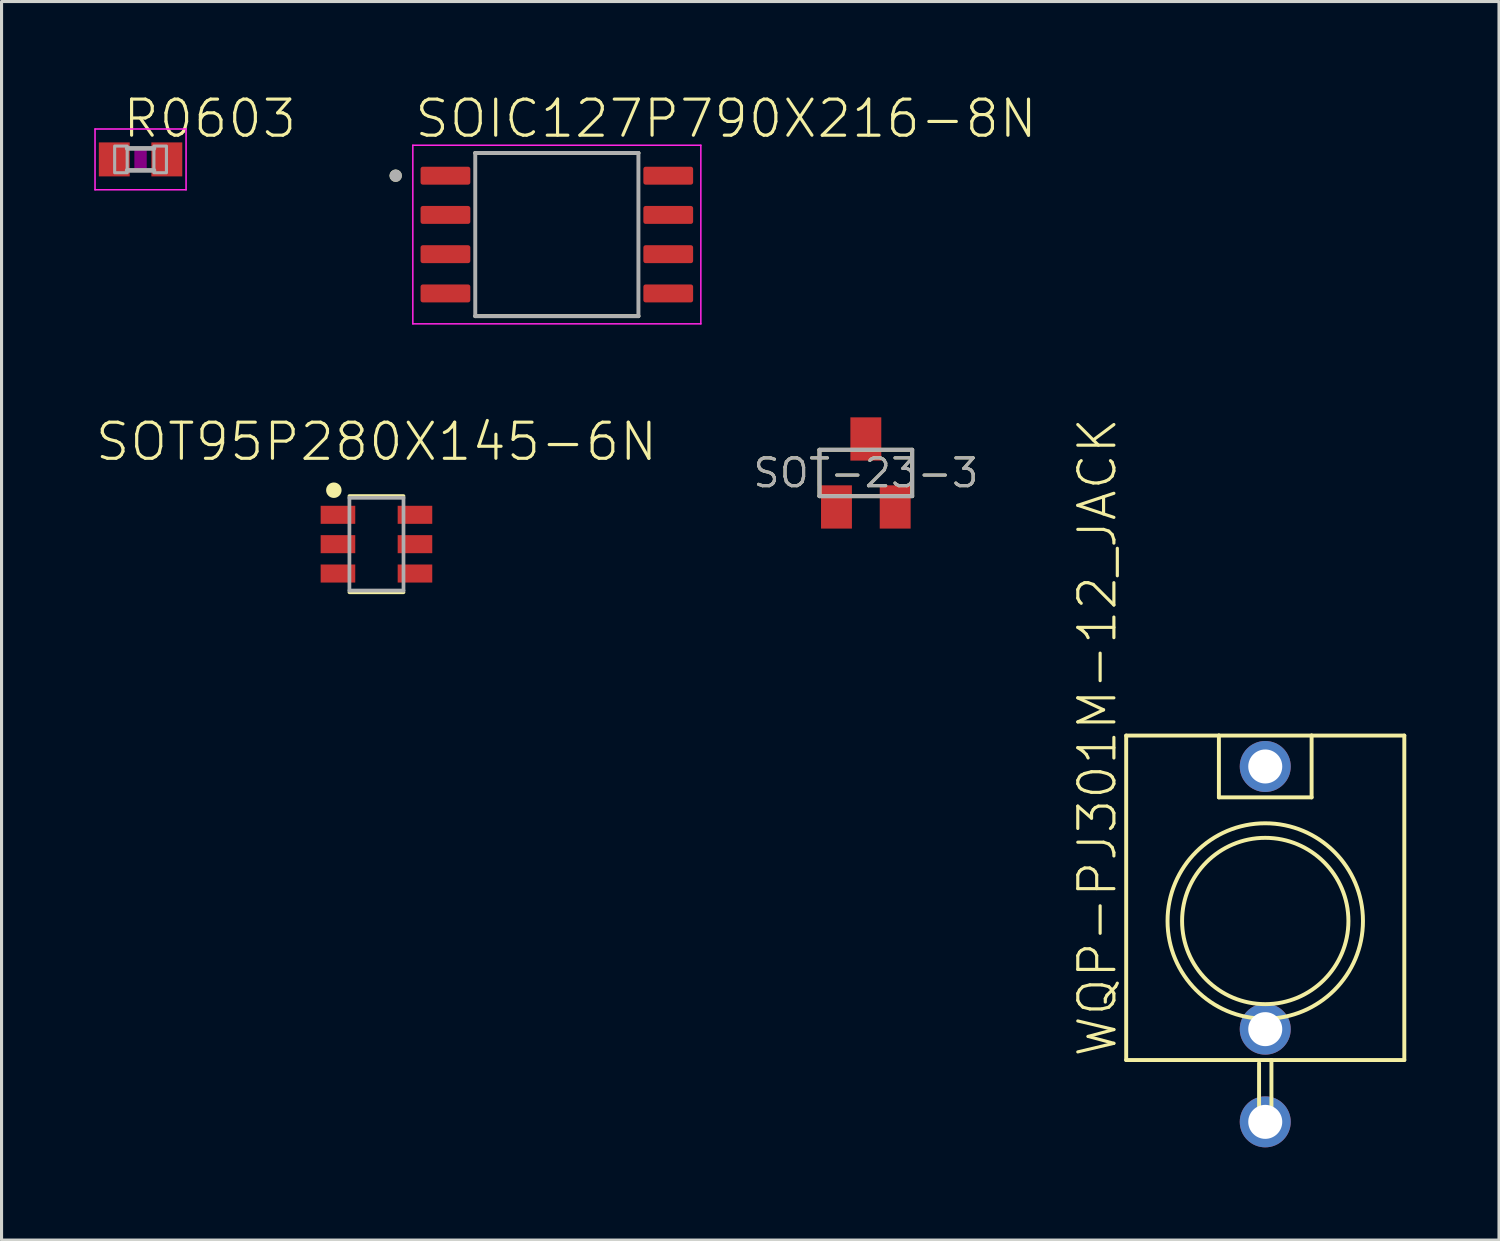
<source format=kicad_pcb>
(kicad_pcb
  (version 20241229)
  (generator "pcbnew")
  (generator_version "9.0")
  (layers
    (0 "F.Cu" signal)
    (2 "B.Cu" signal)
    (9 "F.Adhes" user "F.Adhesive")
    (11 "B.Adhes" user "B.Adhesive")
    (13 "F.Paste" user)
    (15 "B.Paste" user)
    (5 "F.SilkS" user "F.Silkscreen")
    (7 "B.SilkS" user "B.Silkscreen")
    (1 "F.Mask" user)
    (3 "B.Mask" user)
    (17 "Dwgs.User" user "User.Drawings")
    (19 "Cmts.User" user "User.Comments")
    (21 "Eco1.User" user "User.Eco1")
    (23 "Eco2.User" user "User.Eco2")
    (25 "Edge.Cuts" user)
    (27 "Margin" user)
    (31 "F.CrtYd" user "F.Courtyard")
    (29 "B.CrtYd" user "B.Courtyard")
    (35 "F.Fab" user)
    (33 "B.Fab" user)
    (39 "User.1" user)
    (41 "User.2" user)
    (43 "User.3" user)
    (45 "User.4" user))
  (footprint "SOT95P280X145-6N"
    (layer "F.Cu")
    (at 9.132 14.559)
    (property "Reference" "SOT95P280X145-6N" (at 0 -2.631 0) (unlocked yes) (layer "F.SilkS") (effects (font (size 1.168 1.168) (thickness 0.102)) (justify bottom)))
    (fp_line (start -0.875 -1.556) (end 0.875 -1.556) (stroke (width 0.12) (type solid)) (layer "F.SilkS"))
    (fp_line (start -0.875 1.556) (end 0.875 1.556) (stroke (width 0.12) (type solid)) (layer "F.SilkS"))
    (fp_circle (center -1.379 -1.746) (end -1.254 -1.746) (stroke (width 0.25) (type solid)) (fill yes) (layer "F.SilkS"))
    (fp_line (start -0.875 -1.5) (end 0.875 -1.5) (stroke (width 0.12) (type solid)) (layer "F.Fab"))
    (fp_line (start -0.875 1.5) (end -0.875 -1.5) (stroke (width 0.12) (type solid)) (layer "F.Fab"))
    (fp_line (start 0.875 -1.5) (end 0.875 1.5) (stroke (width 0.12) (type solid)) (layer "F.Fab"))
    (fp_line (start 0.875 1.5) (end -0.875 1.5) (stroke (width 0.12) (type solid)) (layer "F.Fab"))
    (pad "1" smd rect (at -1.246 -0.95) (size 1.119 0.584) (layers "F.Cu" "F.Mask" "F.Paste"))
    (pad "2" smd rect (at -1.246 0) (size 1.119 0.584) (layers "F.Cu" "F.Mask" "F.Paste"))
    (pad "3" smd rect (at -1.246 0.95) (size 1.119 0.584) (layers "F.Cu" "F.Mask" "F.Paste"))
    (pad "4" smd rect (at 1.246 0.95) (size 1.119 0.584) (layers "F.Cu" "F.Mask" "F.Paste"))
    (pad "5" smd rect (at 1.246 0) (size 1.119 0.584) (layers "F.Cu" "F.Mask" "F.Paste"))
    (pad "6" smd rect (at 1.246 -0.95) (size 1.119 0.584) (layers "F.Cu" "F.Mask" "F.Paste")))
  (footprint "SOIC127P790X216-8N"
    (layer "F.Cu")
    (at 14.969 4.54)
    (property "Reference" "SOIC127P790X216-8N" (at -4.66 -3.067 0) (unlocked yes) (layer "F.SilkS") (effects (font (size 1.168 1.168) (thickness 0.102)) (justify left bottom)))
    (fp_line (start -2.64 -2.64) (end 2.64 -2.64) (stroke (width 0.127) (type solid)) (layer "F.SilkS"))
    (fp_line (start -2.64 2.64) (end 2.64 2.64) (stroke (width 0.127) (type solid)) (layer "F.SilkS"))
    (fp_circle (center -5.215 -1.905) (end -5.115 -1.905) (stroke (width 0.2) (type solid)) (fill no) (layer "F.SilkS"))
    (fp_line (start -4.66 -2.89) (end -4.66 2.89) (stroke (width 0.05) (type solid)) (layer "F.CrtYd"))
    (fp_line (start -4.66 -2.89) (end 4.66 -2.89) (stroke (width 0.05) (type solid)) (layer "F.CrtYd"))
    (fp_line (start -4.66 2.89) (end 4.66 2.89) (stroke (width 0.05) (type solid)) (layer "F.CrtYd"))
    (fp_line (start 4.66 -2.89) (end 4.66 2.89) (stroke (width 0.05) (type solid)) (layer "F.CrtYd"))
    (fp_line (start -2.64 -2.64) (end -2.64 2.64) (stroke (width 0.127) (type solid)) (layer "F.Fab"))
    (fp_line (start -2.64 -2.64) (end 2.64 -2.64) (stroke (width 0.127) (type solid)) (layer "F.Fab"))
    (fp_line (start -2.64 2.64) (end 2.64 2.64) (stroke (width 0.127) (type solid)) (layer "F.Fab"))
    (fp_line (start 2.64 -2.64) (end 2.64 2.64) (stroke (width 0.127) (type solid)) (layer "F.Fab"))
    (fp_circle (center -5.215 -1.905) (end -5.115 -1.905) (stroke (width 0.2) (type solid)) (fill no) (layer "F.Fab"))
    (pad "1" smd roundrect (at -3.605 -1.905) (size 1.61 0.58) (layers "F.Cu" "F.Mask" "F.Paste") (roundrect_rratio 0.125))
    (pad "2" smd roundrect (at -3.605 -0.635) (size 1.61 0.58) (layers "F.Cu" "F.Mask" "F.Paste") (roundrect_rratio 0.125))
    (pad "3" smd roundrect (at -3.605 0.635) (size 1.61 0.58) (layers "F.Cu" "F.Mask" "F.Paste") (roundrect_rratio 0.125))
    (pad "4" smd roundrect (at -3.605 1.905) (size 1.61 0.58) (layers "F.Cu" "F.Mask" "F.Paste") (roundrect_rratio 0.125))
    (pad "5" smd roundrect (at 3.605 1.905) (size 1.61 0.58) (layers "F.Cu" "F.Mask" "F.Paste") (roundrect_rratio 0.125))
    (pad "6" smd roundrect (at 3.605 0.635) (size 1.61 0.58) (layers "F.Cu" "F.Mask" "F.Paste") (roundrect_rratio 0.125))
    (pad "7" smd roundrect (at 3.605 -0.635) (size 1.61 0.58) (layers "F.Cu" "F.Mask" "F.Paste") (roundrect_rratio 0.125))
    (pad "8" smd roundrect (at 3.605 -1.905) (size 1.61 0.58) (layers "F.Cu" "F.Mask" "F.Paste") (roundrect_rratio 0.125)))
  (footprint "SOT-23-3"
    (layer "F.Cu")
    (at 24.968 12.255)
    (property "Reference" "SOT-23-3" (at 0 0 0) (unlocked yes) (layer "F.SilkS") (effects (font (size 0.9 0.9) (thickness 0.1))))
    (fp_line (start -1.5 -0.75) (end 1.5 -0.75) (stroke (width 0.127) (type solid)) (layer "F.SilkS"))
    (fp_line (start -1.5 0.75) (end -1.5 -0.75) (stroke (width 0.127) (type solid)) (layer "F.SilkS"))
    (fp_line (start 1.5 -0.75) (end 1.5 0.75) (stroke (width 0.127) (type solid)) (layer "F.SilkS"))
    (fp_line (start 1.5 0.75) (end -1.5 0.75) (stroke (width 0.127) (type solid)) (layer "F.SilkS"))
    (fp_line (start -1.5 -0.75) (end 1.5 -0.75) (stroke (width 0.127) (type solid)) (layer "F.Fab"))
    (fp_line (start -1.5 0.75) (end -1.5 -0.75) (stroke (width 0.127) (type solid)) (layer "F.Fab"))
    (fp_line (start 1.5 -0.75) (end 1.5 0.75) (stroke (width 0.127) (type solid)) (layer "F.Fab"))
    (fp_line (start 1.5 0.75) (end -1.5 0.75) (stroke (width 0.127) (type solid)) (layer "F.Fab"))
    (fp_text user "${REFERENCE}" (at 0 0 0) (unlocked yes) (layer "F.Fab") (effects (font (size 0.9 0.9) (thickness 0.1))))
    (pad "1" smd rect (at -0.95 1.1) (size 1 1.4) (layers "F.Cu" "F.Mask" "F.Paste"))
    (pad "2" smd rect (at 0.95 1.1) (size 1 1.4) (layers "F.Cu" "F.Mask" "F.Paste"))
    (pad "3" smd rect (at 0 -1.1) (size 1 1.4) (layers "F.Cu" "F.Mask" "F.Paste")))
  (footprint "WQP-PJ301M-12_JACK"
    (layer "F.Cu")
    (at 37.893 26.753)
    (property "Reference" "WQP-PJ301M-12_JACK" (at -4.75 4.47 90) (unlocked yes) (layer "F.SilkS") (effects (font (size 1.168 1.168) (thickness 0.102)) (justify left bottom)))
    (fp_line (start -4.5 -6) (end -4.5 4.5) (stroke (width 0.127) (type solid)) (layer "F.SilkS"))
    (fp_line (start -4.5 -6) (end -1.5 -6) (stroke (width 0.127) (type solid)) (layer "F.SilkS"))
    (fp_line (start -4.5 4.5) (end 0.2 4.5) (stroke (width 0.127) (type solid)) (layer "F.SilkS"))
    (fp_line (start -1.5 -6) (end -1.5 -4) (stroke (width 0.127) (type solid)) (layer "F.SilkS"))
    (fp_line (start -1.5 -6) (end 1.5 -6) (stroke (width 0.127) (type solid)) (layer "F.SilkS"))
    (fp_line (start -1.5 -4) (end 1.5 -4) (stroke (width 0.127) (type solid)) (layer "F.SilkS"))
    (fp_line (start -0.2 4.6) (end -0.2 6.7) (stroke (width 0.127) (type solid)) (layer "F.SilkS"))
    (fp_line (start -0.2 6.7) (end 0.2 6.7) (stroke (width 0.127) (type solid)) (layer "F.SilkS"))
    (fp_line (start 0.2 4.5) (end 4.5 4.5) (stroke (width 0.127) (type solid)) (layer "F.SilkS"))
    (fp_line (start 0.2 6.7) (end 0.2 4.5) (stroke (width 0.127) (type solid)) (layer "F.SilkS"))
    (fp_line (start 1.5 -6) (end 4.5 -6) (stroke (width 0.127) (type solid)) (layer "F.SilkS"))
    (fp_line (start 1.5 -4) (end 1.5 -6) (stroke (width 0.127) (type solid)) (layer "F.SilkS"))
    (fp_line (start 4.5 4.5) (end 4.5 -6) (stroke (width 0.127) (type solid)) (layer "F.SilkS"))
    (fp_circle (center 0 0) (end 2.691 0) (stroke (width 0.127) (type solid)) (fill no) (layer "F.SilkS"))
    (fp_circle (center 0 0) (end 3.162 0) (stroke (width 0.127) (type solid)) (fill no) (layer "F.SilkS"))
    (pad "P$1" thru_hole circle (at 0 -5) (size 1.65 1.65) (drill 1.1) (layers "*.Cu" "*.Mask"))
    (pad "P$2" thru_hole circle (at 0 3.5) (size 1.65 1.65) (drill 1.1) (layers "*.Cu" "*.Mask"))
    (pad "P$3" thru_hole circle (at 0 6.5) (size 1.65 1.65) (drill 1.1) (layers "*.Cu" "*.Mask"))
    (zone (net_name "") (layer "F.Cu") (hatch edge 0.5) (connect_pads) (min_thickness 0.25) (filled_areas_thickness no) (keepout (tracks not_allowed) (vias not_allowed) (pads not_allowed) (copperpour not_allowed) (footprints allowed)) (placement (enabled no)) (fill) (polygon (pts (xy 35.093 29.553) (xy 40.693 29.553) (xy 40.693 23.953) (xy 35.093 23.953)))))
  (footprint "R0603"
    (layer "F.Cu")
    (at 1.498 2.108)
    (property "Reference" "R0603" (at -0.635 -0.635 0) (unlocked yes) (layer "F.SilkS") (effects (font (size 1.168 1.168) (thickness 0.102)) (justify left bottom)))
    (fp_poly (pts (xy -0.2 0.4) (xy 0.2 0.4) (xy 0.2 -0.4) (xy -0.2 -0.4)) (stroke (width 0) (type default)) (fill yes) (layer "F.Adhes"))
    (fp_line (start -1.473 -0.983) (end 1.473 -0.983) (stroke (width 0.051) (type solid)) (layer "F.CrtYd"))
    (fp_line (start -1.473 0.983) (end -1.473 -0.983) (stroke (width 0.051) (type solid)) (layer "F.CrtYd"))
    (fp_line (start 1.473 -0.983) (end 1.473 0.983) (stroke (width 0.051) (type solid)) (layer "F.CrtYd"))
    (fp_line (start 1.473 0.983) (end -1.473 0.983) (stroke (width 0.051) (type solid)) (layer "F.CrtYd"))
    (fp_line (start -0.432 0.356) (end 0.432 0.356) (stroke (width 0.152) (type solid)) (layer "F.Fab"))
    (fp_line (start 0.432 -0.356) (end -0.432 -0.356) (stroke (width 0.152) (type solid)) (layer "F.Fab"))
    (fp_poly (pts (xy -0.838 0.432) (xy -0.432 0.432) (xy -0.432 -0.432) (xy -0.838 -0.432)) (stroke (width 0.1) (type default)) (fill no) (layer "F.Fab"))
    (fp_poly (pts (xy 0.432 0.432) (xy 0.838 0.432) (xy 0.838 -0.432) (xy 0.432 -0.432)) (stroke (width 0.1) (type default)) (fill no) (layer "F.Fab"))
    (pad "1" smd rect (at -0.85 0) (size 1 1.1) (layers "F.Cu" "F.Mask" "F.Paste"))
    (pad "2" smd rect (at 0.85 0) (size 1 1.1) (layers "F.Cu" "F.Mask" "F.Paste")))
  (gr_rect
    (start -3 -3)
    (end 45.457 37.078)
    (stroke (width 0.1) (type default))
    (fill no)
    (layer "Edge.Cuts")))
</source>
